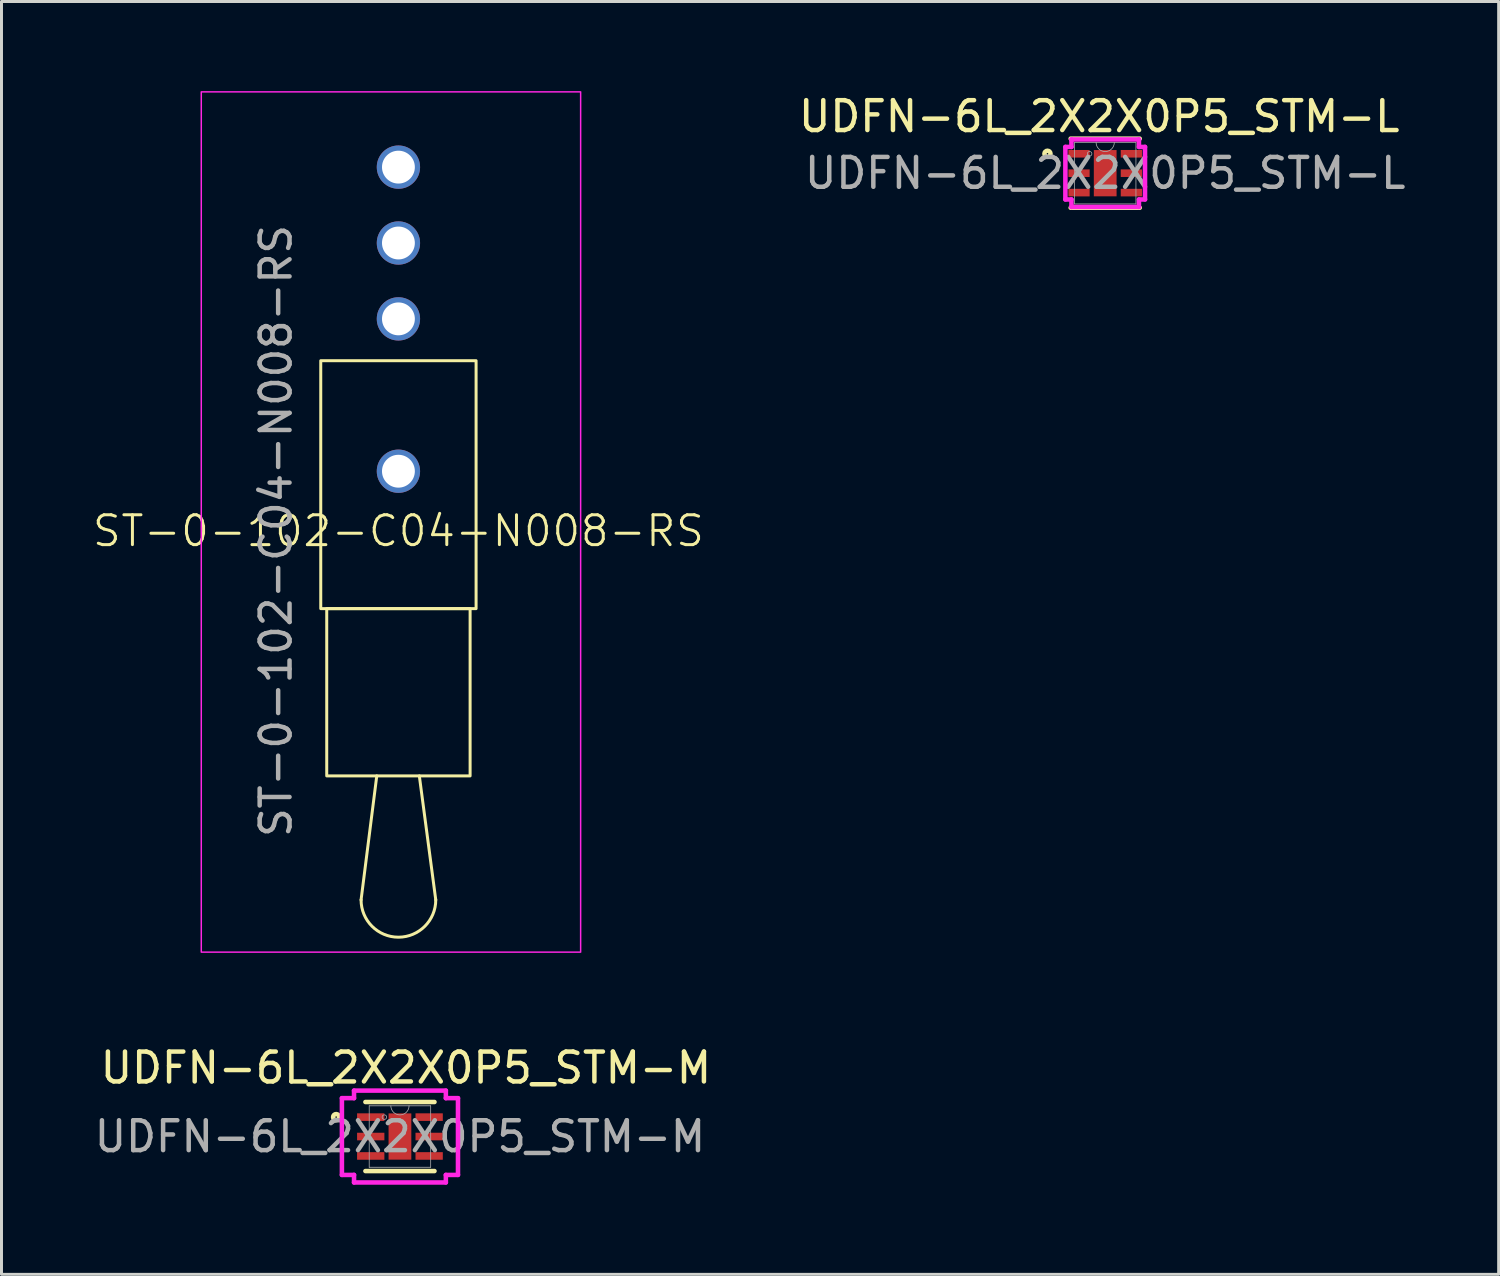
<source format=kicad_pcb>
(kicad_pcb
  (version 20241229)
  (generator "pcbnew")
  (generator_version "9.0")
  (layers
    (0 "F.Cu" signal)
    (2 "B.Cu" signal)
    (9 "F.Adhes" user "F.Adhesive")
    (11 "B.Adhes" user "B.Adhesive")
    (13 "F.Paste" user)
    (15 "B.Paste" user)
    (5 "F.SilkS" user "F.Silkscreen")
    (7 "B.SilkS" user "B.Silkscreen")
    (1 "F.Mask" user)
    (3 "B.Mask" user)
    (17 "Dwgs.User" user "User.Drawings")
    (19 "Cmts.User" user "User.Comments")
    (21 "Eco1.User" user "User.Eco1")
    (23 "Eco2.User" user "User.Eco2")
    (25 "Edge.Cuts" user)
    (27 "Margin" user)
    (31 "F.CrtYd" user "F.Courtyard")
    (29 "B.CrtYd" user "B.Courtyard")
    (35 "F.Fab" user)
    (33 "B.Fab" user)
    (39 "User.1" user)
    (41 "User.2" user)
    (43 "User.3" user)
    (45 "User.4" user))
  (footprint "UDFN-6L_2X2X0P5_STM-L"
    (layer "F.Cu")
    (at 33.949 2.748)
    (property "Reference" "UDFN-6L_2X2X0P5_STM-L" (at -0.2 -1.9 0) (unlocked yes) (layer "F.SilkS") (effects (font (size 1 1) (thickness 0.15))))
    (attr smd)
    (fp_line (start -1.156 1.156) (end 1.156 1.156) (stroke (width 0.152) (type solid)) (layer "F.SilkS"))
    (fp_line (start 1.156 -1.156) (end -1.156 -1.156) (stroke (width 0.152) (type solid)) (layer "F.SilkS"))
    (fp_circle (center -1.933 -0.65) (end -1.831 -0.65) (stroke (width 0.152) (type solid)) (fill no) (layer "F.SilkS"))
    (fp_line (start -1.333 -0.879) (end -1.13 -0.879) (stroke (width 0.152) (type solid)) (layer "F.CrtYd"))
    (fp_line (start -1.333 0.879) (end -1.333 -0.879) (stroke (width 0.152) (type solid)) (layer "F.CrtYd"))
    (fp_line (start -1.333 0.879) (end -1.13 0.879) (stroke (width 0.152) (type solid)) (layer "F.CrtYd"))
    (fp_line (start -1.13 -1.13) (end 1.13 -1.13) (stroke (width 0.152) (type solid)) (layer "F.CrtYd"))
    (fp_line (start -1.13 -0.879) (end -1.13 -1.13) (stroke (width 0.152) (type solid)) (layer "F.CrtYd"))
    (fp_line (start -1.13 1.13) (end -1.13 0.879) (stroke (width 0.152) (type solid)) (layer "F.CrtYd"))
    (fp_line (start 1.13 -1.13) (end 1.13 -0.879) (stroke (width 0.152) (type solid)) (layer "F.CrtYd"))
    (fp_line (start 1.13 0.879) (end 1.13 1.13) (stroke (width 0.152) (type solid)) (layer "F.CrtYd"))
    (fp_line (start 1.13 1.13) (end -1.13 1.13) (stroke (width 0.152) (type solid)) (layer "F.CrtYd"))
    (fp_line (start 1.333 -0.879) (end 1.13 -0.879) (stroke (width 0.152) (type solid)) (layer "F.CrtYd"))
    (fp_line (start 1.333 -0.879) (end 1.333 0.879) (stroke (width 0.152) (type solid)) (layer "F.CrtYd"))
    (fp_line (start 1.333 0.879) (end 1.13 0.879) (stroke (width 0.152) (type solid)) (layer "F.CrtYd"))
    (fp_line (start -1.029 -1.029) (end -1.029 1.029) (stroke (width 0.025) (type solid)) (layer "F.Fab"))
    (fp_line (start -1.029 1.029) (end 1.029 1.029) (stroke (width 0.025) (type solid)) (layer "F.Fab"))
    (fp_line (start 1.029 -1.029) (end -1.029 -1.029) (stroke (width 0.025) (type solid)) (layer "F.Fab"))
    (fp_line (start 1.029 1.029) (end 1.029 -1.029) (stroke (width 0.025) (type solid)) (layer "F.Fab"))
    (fp_arc (start 0.3048 -1.0287) (mid 0 -0.7239) (end -0.3048 -1.0287) (stroke (width 0.0254) (type solid)) (layer "F.Fab"))
    (fp_circle (center -0.521 -0.65) (end -0.445 -0.65) (stroke (width 0.025) (type solid)) (fill no) (layer "F.Fab"))
    (fp_text user "${REFERENCE}" (at 0 0 0) (unlocked yes) (layer "F.Fab") (effects (font (size 1 1) (thickness 0.15))))
    (pad "1" smd rect (at -0.876 -0.65) (size 0.711 0.254) (layers "F.Cu" "F.Mask" "F.Paste"))
    (pad "2" smd rect (at -0.876 0) (size 0.711 0.254) (layers "F.Cu" "F.Mask" "F.Paste"))
    (pad "3" smd rect (at -0.876 0.65) (size 0.711 0.254) (layers "F.Cu" "F.Mask" "F.Paste"))
    (pad "4" smd rect (at 0.876 0.65) (size 0.711 0.254) (layers "F.Cu" "F.Mask" "F.Paste"))
    (pad "5" smd rect (at 0.876 0) (size 0.711 0.254) (layers "F.Cu" "F.Mask" "F.Paste"))
    (pad "6" smd rect (at 0.876 -0.65) (size 0.711 0.254) (layers "F.Cu" "F.Mask" "F.Paste"))
    (pad "7" smd rect (at 0 0) (size 0.762 1.549) (layers "F.Cu" "F.Mask" "F.Paste")))
  (footprint "ST-0-102-C04-N008-RS"
    (layer "F.Cu")
    (at 10.288 14.725)
    (property "Reference" "ST-0-102-C04-N008-RS" (at 0 0 0) (unlocked yes) (layer "F.SilkS") (effects (font (size 1 1) (thickness 0.1))))
    (attr through_hole)
    (fp_line (start -1.25 12.35) (end -0.725 8.2) (stroke (width 0.1) (type default)) (layer "F.SilkS"))
    (fp_line (start 1.25 12.35) (end 0.7 8.2) (stroke (width 0.1) (type default)) (layer "F.SilkS"))
    (fp_rect (start -2.6 -5.7) (end 2.6 2.6) (stroke (width 0.1) (type default)) (fill no) (layer "F.SilkS"))
    (fp_rect (start -2.4 2.6) (end 2.4 8.2) (stroke (width 0.1) (type default)) (fill no) (layer "F.SilkS"))
    (fp_arc (start 1.25 12.35) (mid 0 13.6) (end -1.25 12.35) (stroke (width 0.1) (type default)) (layer "F.SilkS"))
    (fp_rect (start -6.6 -14.7) (end 6.1 14.1) (stroke (width 0.05) (type default)) (fill no) (layer "F.CrtYd"))
    (fp_text user "${REFERENCE}" (at -4.1 0 90) (unlocked yes) (layer "F.Fab") (effects (font (size 1 1) (thickness 0.15))))
    (pad "1" thru_hole circle (at 0 -12.18) (size 1.45 1.45) (drill 1.1) (layers "*.Cu" "*.Mask"))
    (pad "2" thru_hole circle (at 0 -9.64) (size 1.45 1.45) (drill 1.1) (layers "*.Cu" "*.Mask"))
    (pad "3" thru_hole circle (at 0 -7.1) (size 1.45 1.45) (drill 1.1) (layers "*.Cu" "*.Mask"))
    (pad "4" thru_hole circle (at 0 -2) (size 1.45 1.45) (drill 1.1) (layers "*.Cu" "*.Mask")))
  (footprint "UDFN-6L_2X2X0P5_STM-M"
    (layer "F.Cu")
    (at 10.339 34.998)
    (property "Reference" "UDFN-6L_2X2X0P5_STM-M" (at 0.2 -2.3 0) (unlocked yes) (layer "F.SilkS") (effects (font (size 1 1) (thickness 0.15))))
    (attr smd)
    (fp_line (start -1.156 1.156) (end 1.156 1.156) (stroke (width 0.152) (type solid)) (layer "F.SilkS"))
    (fp_line (start 1.156 -1.156) (end -1.156 -1.156) (stroke (width 0.152) (type solid)) (layer "F.SilkS"))
    (fp_circle (center -2.136 -0.65) (end -2.034 -0.65) (stroke (width 0.152) (type solid)) (fill no) (layer "F.SilkS"))
    (fp_line (start -1.943 -1.285) (end -1.537 -1.285) (stroke (width 0.152) (type solid)) (layer "F.CrtYd"))
    (fp_line (start -1.943 1.285) (end -1.943 -1.285) (stroke (width 0.152) (type solid)) (layer "F.CrtYd"))
    (fp_line (start -1.943 1.285) (end -1.537 1.285) (stroke (width 0.152) (type solid)) (layer "F.CrtYd"))
    (fp_line (start -1.537 -1.537) (end 1.537 -1.537) (stroke (width 0.152) (type solid)) (layer "F.CrtYd"))
    (fp_line (start -1.537 -1.285) (end -1.537 -1.537) (stroke (width 0.152) (type solid)) (layer "F.CrtYd"))
    (fp_line (start -1.537 1.537) (end -1.537 1.285) (stroke (width 0.152) (type solid)) (layer "F.CrtYd"))
    (fp_line (start 1.537 -1.537) (end 1.537 -1.285) (stroke (width 0.152) (type solid)) (layer "F.CrtYd"))
    (fp_line (start 1.537 1.285) (end 1.537 1.537) (stroke (width 0.152) (type solid)) (layer "F.CrtYd"))
    (fp_line (start 1.537 1.537) (end -1.537 1.537) (stroke (width 0.152) (type solid)) (layer "F.CrtYd"))
    (fp_line (start 1.943 -1.285) (end 1.537 -1.285) (stroke (width 0.152) (type solid)) (layer "F.CrtYd"))
    (fp_line (start 1.943 -1.285) (end 1.943 1.285) (stroke (width 0.152) (type solid)) (layer "F.CrtYd"))
    (fp_line (start 1.943 1.285) (end 1.537 1.285) (stroke (width 0.152) (type solid)) (layer "F.CrtYd"))
    (fp_line (start -1.029 -1.029) (end -1.029 1.029) (stroke (width 0.025) (type solid)) (layer "F.Fab"))
    (fp_line (start -1.029 1.029) (end 1.029 1.029) (stroke (width 0.025) (type solid)) (layer "F.Fab"))
    (fp_line (start 1.029 -1.029) (end -1.029 -1.029) (stroke (width 0.025) (type solid)) (layer "F.Fab"))
    (fp_line (start 1.029 1.029) (end 1.029 -1.029) (stroke (width 0.025) (type solid)) (layer "F.Fab"))
    (fp_arc (start 0.3048 -1.0287) (mid 0 -0.7239) (end -0.3048 -1.0287) (stroke (width 0.0254) (type solid)) (layer "F.Fab"))
    (fp_circle (center -0.521 -0.65) (end -0.445 -0.65) (stroke (width 0.025) (type solid)) (fill no) (layer "F.Fab"))
    (fp_text user "${REFERENCE}" (at 0 0 0) (unlocked yes) (layer "F.Fab") (effects (font (size 1 1) (thickness 0.15))))
    (pad "1" smd rect (at -0.978 -0.65) (size 0.914 0.254) (layers "F.Cu" "F.Mask" "F.Paste"))
    (pad "2" smd rect (at -0.978 0) (size 0.914 0.254) (layers "F.Cu" "F.Mask" "F.Paste"))
    (pad "3" smd rect (at -0.978 0.65) (size 0.914 0.254) (layers "F.Cu" "F.Mask" "F.Paste"))
    (pad "4" smd rect (at 0.978 0.65) (size 0.914 0.254) (layers "F.Cu" "F.Mask" "F.Paste"))
    (pad "5" smd rect (at 0.978 0) (size 0.914 0.254) (layers "F.Cu" "F.Mask" "F.Paste"))
    (pad "6" smd rect (at 0.978 -0.65) (size 0.914 0.254) (layers "F.Cu" "F.Mask" "F.Paste"))
    (pad "7" smd rect (at 0 0) (size 0.762 1.549) (layers "F.Cu" "F.Mask" "F.Paste")))
  (gr_rect
    (start -3 -3)
    (end 47.121 39.611)
    (stroke (width 0.1) (type default))
    (fill no)
    (layer "Edge.Cuts")))
</source>
